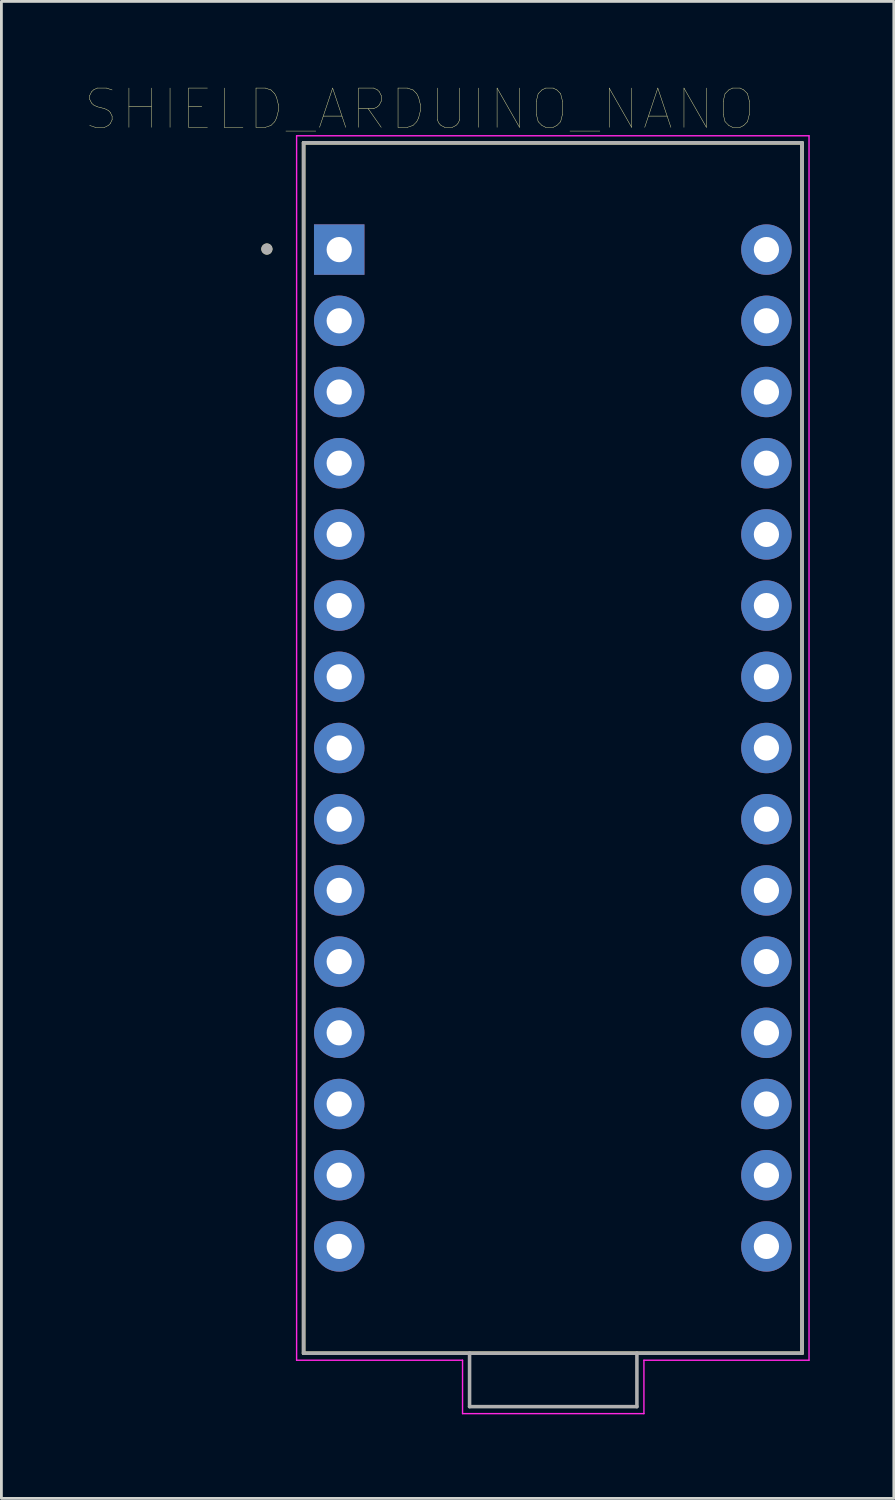
<source format=kicad_pcb>
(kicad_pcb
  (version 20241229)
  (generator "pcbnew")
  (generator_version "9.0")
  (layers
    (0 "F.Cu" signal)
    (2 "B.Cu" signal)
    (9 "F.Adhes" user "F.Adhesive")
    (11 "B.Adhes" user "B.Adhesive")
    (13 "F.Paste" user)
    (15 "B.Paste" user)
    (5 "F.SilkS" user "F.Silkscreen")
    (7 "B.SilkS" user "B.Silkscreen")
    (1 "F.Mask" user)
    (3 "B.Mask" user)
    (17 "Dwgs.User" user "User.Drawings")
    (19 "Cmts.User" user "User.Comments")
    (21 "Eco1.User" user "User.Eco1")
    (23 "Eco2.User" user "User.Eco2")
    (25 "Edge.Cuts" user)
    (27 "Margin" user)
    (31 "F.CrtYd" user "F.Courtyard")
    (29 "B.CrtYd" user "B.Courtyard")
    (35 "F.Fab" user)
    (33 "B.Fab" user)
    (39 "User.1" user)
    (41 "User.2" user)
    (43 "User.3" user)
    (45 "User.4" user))
  (footprint "SHIELD_ARDUINO_NANO"
    (layer "F.Cu")
    (at 16.671 23.634)
    (property "Reference" "SHIELD_ARDUINO_NANO" (at -4.755 -22.789 0) (layer "F.SilkS") (effects (font (size 1.4 1.4) (thickness 0.015))))
    (attr through_hole)
    (fp_line (start -8.89 -21.59) (end 8.89 -21.59) (stroke (width 0.127) (type solid)) (layer "F.SilkS"))
    (fp_line (start -8.89 21.59) (end -8.89 -21.59) (stroke (width 0.127) (type solid)) (layer "F.SilkS"))
    (fp_line (start 8.89 -21.59) (end 8.89 21.59) (stroke (width 0.127) (type solid)) (layer "F.SilkS"))
    (fp_line (start 8.89 21.59) (end -8.89 21.59) (stroke (width 0.127) (type solid)) (layer "F.SilkS"))
    (fp_circle (center -10.2 -17.8) (end -10.1 -17.8) (stroke (width 0.2) (type solid)) (fill no) (layer "F.SilkS"))
    (fp_line (start -9.14 -21.84) (end 9.14 -21.84) (stroke (width 0.05) (type solid)) (layer "F.CrtYd"))
    (fp_line (start -9.14 21.84) (end -9.14 -21.84) (stroke (width 0.05) (type solid)) (layer "F.CrtYd"))
    (fp_line (start -9.14 21.84) (end -3.22 21.84) (stroke (width 0.05) (type solid)) (layer "F.CrtYd"))
    (fp_line (start -3.22 21.84) (end -3.22 23.745) (stroke (width 0.05) (type solid)) (layer "F.CrtYd"))
    (fp_line (start -3.22 23.745) (end 3.25 23.745) (stroke (width 0.05) (type solid)) (layer "F.CrtYd"))
    (fp_line (start 3.25 21.84) (end 9.14 21.84) (stroke (width 0.05) (type solid)) (layer "F.CrtYd"))
    (fp_line (start 3.25 23.745) (end 3.25 21.84) (stroke (width 0.05) (type solid)) (layer "F.CrtYd"))
    (fp_line (start 9.14 -21.84) (end 9.14 21.84) (stroke (width 0.05) (type solid)) (layer "F.CrtYd"))
    (fp_line (start -8.89 -21.59) (end 8.89 -21.59) (stroke (width 0.127) (type solid)) (layer "F.Fab"))
    (fp_line (start -8.89 21.59) (end -8.89 -21.59) (stroke (width 0.127) (type solid)) (layer "F.Fab"))
    (fp_line (start -2.97 21.59) (end -8.89 21.59) (stroke (width 0.127) (type solid)) (layer "F.Fab"))
    (fp_line (start -2.97 21.59) (end -2.97 23.495) (stroke (width 0.127) (type solid)) (layer "F.Fab"))
    (fp_line (start -2.97 23.495) (end 3 23.495) (stroke (width 0.127) (type solid)) (layer "F.Fab"))
    (fp_line (start 3 21.59) (end -2.97 21.59) (stroke (width 0.127) (type solid)) (layer "F.Fab"))
    (fp_line (start 3 23.495) (end 3 21.59) (stroke (width 0.127) (type solid)) (layer "F.Fab"))
    (fp_line (start 8.89 -21.59) (end 8.89 21.59) (stroke (width 0.127) (type solid)) (layer "F.Fab"))
    (fp_line (start 8.89 21.59) (end 3 21.59) (stroke (width 0.127) (type solid)) (layer "F.Fab"))
    (fp_circle (center -10.2 -17.8) (end -10.1 -17.8) (stroke (width 0.2) (type solid)) (fill no) (layer "F.Fab"))
    (pad "1" thru_hole rect (at -7.62 -17.78) (size 1.8 1.8) (drill 0.9) (layers "*.Cu" "*.Mask"))
    (pad "2" thru_hole circle (at -7.62 -15.24) (size 1.8 1.8) (drill 0.9) (layers "*.Cu" "*.Mask"))
    (pad "3" thru_hole circle (at -7.62 -12.7) (size 1.8 1.8) (drill 0.9) (layers "*.Cu" "*.Mask"))
    (pad "4" thru_hole circle (at -7.62 -10.16) (size 1.8 1.8) (drill 0.9) (layers "*.Cu" "*.Mask"))
    (pad "5" thru_hole circle (at -7.62 -7.62) (size 1.8 1.8) (drill 0.9) (layers "*.Cu" "*.Mask"))
    (pad "6" thru_hole circle (at -7.62 -5.08) (size 1.8 1.8) (drill 0.9) (layers "*.Cu" "*.Mask"))
    (pad "7" thru_hole circle (at -7.62 -2.54) (size 1.8 1.8) (drill 0.9) (layers "*.Cu" "*.Mask"))
    (pad "8" thru_hole circle (at -7.62 0) (size 1.8 1.8) (drill 0.9) (layers "*.Cu" "*.Mask"))
    (pad "9" thru_hole circle (at -7.62 2.54) (size 1.8 1.8) (drill 0.9) (layers "*.Cu" "*.Mask"))
    (pad "10" thru_hole circle (at -7.62 5.08) (size 1.8 1.8) (drill 0.9) (layers "*.Cu" "*.Mask"))
    (pad "11" thru_hole circle (at -7.62 7.62) (size 1.8 1.8) (drill 0.9) (layers "*.Cu" "*.Mask"))
    (pad "12" thru_hole circle (at -7.62 10.16) (size 1.8 1.8) (drill 0.9) (layers "*.Cu" "*.Mask"))
    (pad "13" thru_hole circle (at -7.62 12.7) (size 1.8 1.8) (drill 0.9) (layers "*.Cu" "*.Mask"))
    (pad "14" thru_hole circle (at -7.62 15.24) (size 1.8 1.8) (drill 0.9) (layers "*.Cu" "*.Mask"))
    (pad "15" thru_hole circle (at -7.62 17.78) (size 1.8 1.8) (drill 0.9) (layers "*.Cu" "*.Mask"))
    (pad "16" thru_hole circle (at 7.62 17.78) (size 1.8 1.8) (drill 0.9) (layers "*.Cu" "*.Mask"))
    (pad "17" thru_hole circle (at 7.62 15.24) (size 1.8 1.8) (drill 0.9) (layers "*.Cu" "*.Mask"))
    (pad "18" thru_hole circle (at 7.62 12.7) (size 1.8 1.8) (drill 0.9) (layers "*.Cu" "*.Mask"))
    (pad "19" thru_hole circle (at 7.62 10.16) (size 1.8 1.8) (drill 0.9) (layers "*.Cu" "*.Mask"))
    (pad "20" thru_hole circle (at 7.62 7.62) (size 1.8 1.8) (drill 0.9) (layers "*.Cu" "*.Mask"))
    (pad "21" thru_hole circle (at 7.62 5.08) (size 1.8 1.8) (drill 0.9) (layers "*.Cu" "*.Mask"))
    (pad "22" thru_hole circle (at 7.62 2.54) (size 1.8 1.8) (drill 0.9) (layers "*.Cu" "*.Mask"))
    (pad "23" thru_hole circle (at 7.62 0) (size 1.8 1.8) (drill 0.9) (layers "*.Cu" "*.Mask"))
    (pad "24" thru_hole circle (at 7.62 -2.54) (size 1.8 1.8) (drill 0.9) (layers "*.Cu" "*.Mask"))
    (pad "25" thru_hole circle (at 7.62 -5.08) (size 1.8 1.8) (drill 0.9) (layers "*.Cu" "*.Mask"))
    (pad "26" thru_hole circle (at 7.62 -7.62) (size 1.8 1.8) (drill 0.9) (layers "*.Cu" "*.Mask"))
    (pad "27" thru_hole circle (at 7.62 -10.16) (size 1.8 1.8) (drill 0.9) (layers "*.Cu" "*.Mask"))
    (pad "28" thru_hole circle (at 7.62 -12.7) (size 1.8 1.8) (drill 0.9) (layers "*.Cu" "*.Mask"))
    (pad "29" thru_hole circle (at 7.62 -15.24) (size 1.8 1.8) (drill 0.9) (layers "*.Cu" "*.Mask"))
    (pad "30" thru_hole circle (at 7.62 -17.78) (size 1.8 1.8) (drill 0.9) (layers "*.Cu" "*.Mask")))
  (gr_rect
    (start -3 -3)
    (end 28.836 50.404)
    (stroke (width 0.1) (type default))
    (fill no)
    (layer "Edge.Cuts")))
</source>
